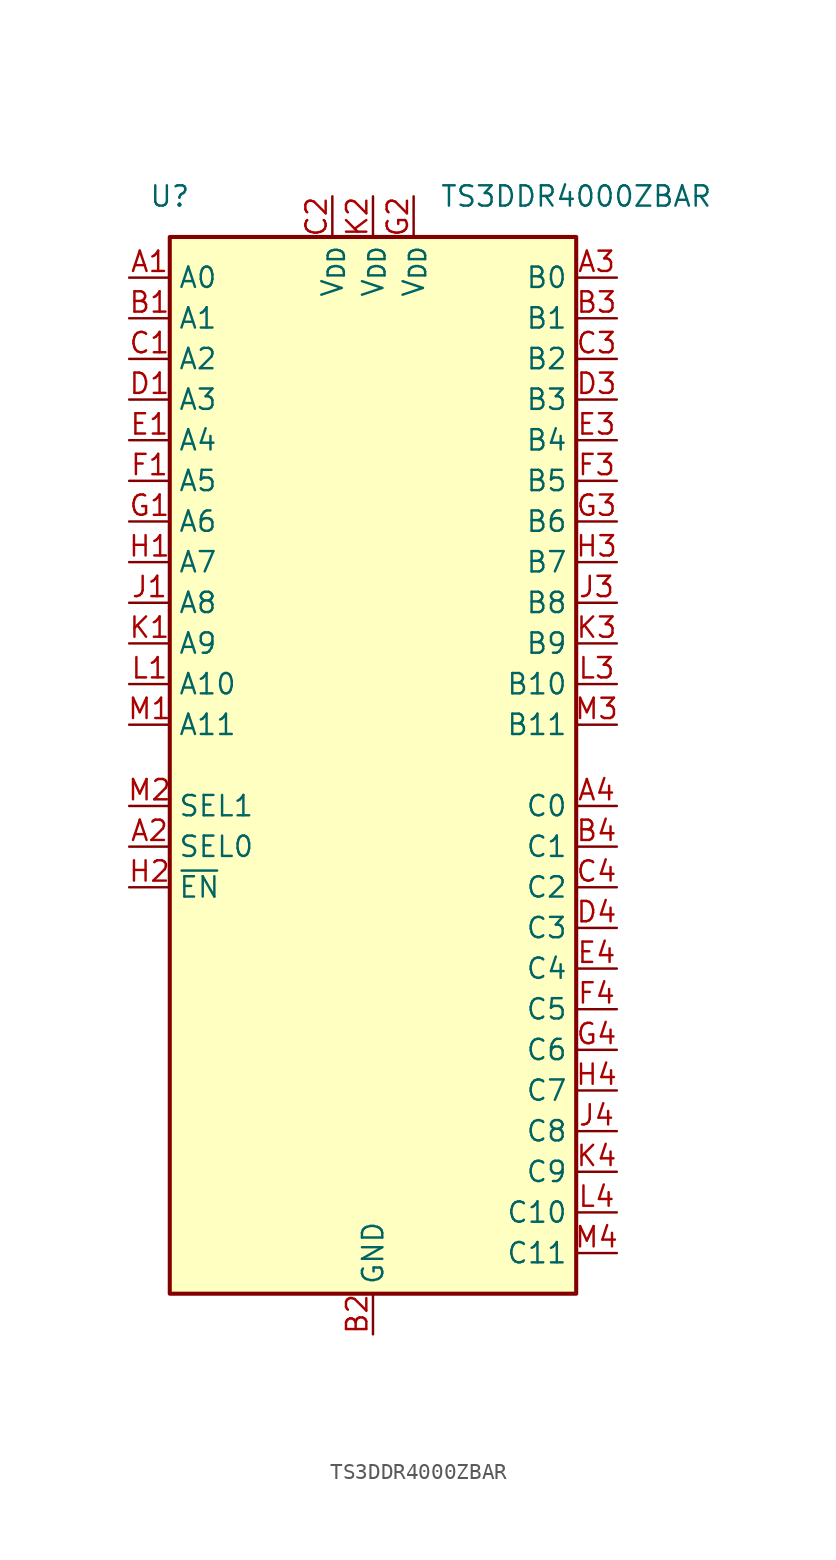
<source format=kicad_sym>
(kicad_symbol_lib
  (version 20220914)
  (generator kicad_symbol_editor)
  (symbol "TS3DDR4000ZBAR"
    (property "Reference" "U"
      (at -12.7 35.56 0)
      (effects (font (size 1.27 1.27))))
    (property "Value" "TS3DDR4000ZBAR"
      (at 12.7 35.56 0)
      (effects (font (size 1.27 1.27))))
    (symbol "TS3DDR4000ZBAR_0_0"
      (pin input line (at -15.24 -5.08 0) (length 2.54) (name "SEL0" (effects (font (size 1.27 1.27)))) (number "A2" (effects (font (size 1.27 1.27)))))
      (pin bidirectional line (at 15.24 30.48 180) (length 2.54) (name "B0" (effects (font (size 1.27 1.27)))) (number "A3" (effects (font (size 1.27 1.27)))))
      (pin bidirectional line (at 15.24 -2.54 180) (length 2.54) (name "C0" (effects (font (size 1.27 1.27)))) (number "A4" (effects (font (size 1.27 1.27)))))
      (pin power_in line (at 0 -35.56 90) (length 2.54) (name "GND" (effects (font (size 1.27 1.27)))) (number "B2" (effects (font (size 1.27 1.27)))))
      (pin bidirectional line (at 15.24 27.94 180) (length 2.54) (name "B1" (effects (font (size 1.27 1.27)))) (number "B3" (effects (font (size 1.27 1.27)))))
      (pin bidirectional line (at 15.24 -5.08 180) (length 2.54) (name "C1" (effects (font (size 1.27 1.27)))) (number "B4" (effects (font (size 1.27 1.27)))))
      (pin power_in line (at -2.54 35.56 270) (length 2.54) (name "V_{DD}" (effects (font (size 1.27 1.27)))) (number "C2" (effects (font (size 1.27 1.27)))))
      (pin bidirectional line (at 15.24 25.4 180) (length 2.54) (name "B2" (effects (font (size 1.27 1.27)))) (number "C3" (effects (font (size 1.27 1.27)))))
      (pin bidirectional line (at 15.24 -7.62 180) (length 2.54) (name "C2" (effects (font (size 1.27 1.27)))) (number "C4" (effects (font (size 1.27 1.27)))))
      (pin passive line (at 0 -35.56 90) (length 2.54) hide (name "GND" (effects (font (size 1.27 1.27)))) (number "D2" (effects (font (size 1.27 1.27)))))
      (pin bidirectional line (at 15.24 22.86 180) (length 2.54) (name "B3" (effects (font (size 1.27 1.27)))) (number "D3" (effects (font (size 1.27 1.27)))))
      (pin bidirectional line (at 15.24 -10.16 180) (length 2.54) (name "C3" (effects (font (size 1.27 1.27)))) (number "D4" (effects (font (size 1.27 1.27)))))
      (pin passive line (at 0 -35.56 90) (length 2.54) hide (name "GND" (effects (font (size 1.27 1.27)))) (number "E2" (effects (font (size 1.27 1.27)))))
      (pin bidirectional line (at 15.24 20.32 180) (length 2.54) (name "B4" (effects (font (size 1.27 1.27)))) (number "E3" (effects (font (size 1.27 1.27)))))
      (pin bidirectional line (at 15.24 -12.7 180) (length 2.54) (name "C4" (effects (font (size 1.27 1.27)))) (number "E4" (effects (font (size 1.27 1.27)))))
      (pin passive line (at 0 -35.56 90) (length 2.54) hide (name "GND" (effects (font (size 1.27 1.27)))) (number "F2" (effects (font (size 1.27 1.27)))))
      (pin bidirectional line (at 15.24 17.78 180) (length 2.54) (name "B5" (effects (font (size 1.27 1.27)))) (number "F3" (effects (font (size 1.27 1.27)))))
      (pin bidirectional line (at 15.24 -15.24 180) (length 2.54) (name "C5" (effects (font (size 1.27 1.27)))) (number "F4" (effects (font (size 1.27 1.27)))))
      (pin power_in line (at 2.54 35.56 270) (length 2.54) (name "V_{DD}" (effects (font (size 1.27 1.27)))) (number "G2" (effects (font (size 1.27 1.27)))))
      (pin bidirectional line (at 15.24 15.24 180) (length 2.54) (name "B6" (effects (font (size 1.27 1.27)))) (number "G3" (effects (font (size 1.27 1.27)))))
      (pin bidirectional line (at 15.24 -17.78 180) (length 2.54) (name "C6" (effects (font (size 1.27 1.27)))) (number "G4" (effects (font (size 1.27 1.27)))))
      (pin input line (at -15.24 -7.62 0) (length 2.54) (name "~{EN}" (effects (font (size 1.27 1.27)))) (number "H2" (effects (font (size 1.27 1.27)))))
      (pin bidirectional line (at 15.24 12.7 180) (length 2.54) (name "B7" (effects (font (size 1.27 1.27)))) (number "H3" (effects (font (size 1.27 1.27)))))
      (pin bidirectional line (at 15.24 -20.32 180) (length 2.54) (name "C7" (effects (font (size 1.27 1.27)))) (number "H4" (effects (font (size 1.27 1.27)))))
      (pin passive line (at 0 -35.56 90) (length 2.54) hide (name "GND" (effects (font (size 1.27 1.27)))) (number "J2" (effects (font (size 1.27 1.27)))))
      (pin bidirectional line (at 15.24 10.16 180) (length 2.54) (name "B8" (effects (font (size 1.27 1.27)))) (number "J3" (effects (font (size 1.27 1.27)))))
      (pin bidirectional line (at 15.24 -22.86 180) (length 2.54) (name "C8" (effects (font (size 1.27 1.27)))) (number "J4" (effects (font (size 1.27 1.27)))))
      (pin power_in line (at 0 35.56 270) (length 2.54) (name "V_{DD}" (effects (font (size 1.27 1.27)))) (number "K2" (effects (font (size 1.27 1.27)))))
      (pin bidirectional line (at 15.24 7.62 180) (length 2.54) (name "B9" (effects (font (size 1.27 1.27)))) (number "K3" (effects (font (size 1.27 1.27)))))
      (pin bidirectional line (at 15.24 -25.4 180) (length 2.54) (name "C9" (effects (font (size 1.27 1.27)))) (number "K4" (effects (font (size 1.27 1.27)))))
      (pin passive line (at 0 -35.56 90) (length 2.54) hide (name "GND" (effects (font (size 1.27 1.27)))) (number "L2" (effects (font (size 1.27 1.27)))))
      (pin bidirectional line (at 15.24 5.08 180) (length 2.54) (name "B10" (effects (font (size 1.27 1.27)))) (number "L3" (effects (font (size 1.27 1.27)))))
      (pin bidirectional line (at 15.24 -27.94 180) (length 2.54) (name "C10" (effects (font (size 1.27 1.27)))) (number "L4" (effects (font (size 1.27 1.27)))))
      (pin input line (at -15.24 -2.54 0) (length 2.54) (name "SEL1" (effects (font (size 1.27 1.27)))) (number "M2" (effects (font (size 1.27 1.27)))))
      (pin bidirectional line (at 15.24 2.54 180) (length 2.54) (name "B11" (effects (font (size 1.27 1.27)))) (number "M3" (effects (font (size 1.27 1.27)))))
      (pin bidirectional line (at 15.24 -30.48 180) (length 2.54) (name "C11" (effects (font (size 1.27 1.27)))) (number "M4" (effects (font (size 1.27 1.27))))))
    (symbol "TS3DDR4000ZBAR_0_1"
      (rectangle (start -12.7 33.02) (end 12.7 -33.02) (stroke (width 0.254) (type default)) (fill (type background))))
    (symbol "TS3DDR4000ZBAR_1_1"
      (pin bidirectional line (at -15.24 30.48 0) (length 2.54) (name "A0" (effects (font (size 1.27 1.27)))) (number "A1" (effects (font (size 1.27 1.27)))))
      (pin bidirectional line (at -15.24 27.94 0) (length 2.54) (name "A1" (effects (font (size 1.27 1.27)))) (number "B1" (effects (font (size 1.27 1.27)))))
      (pin bidirectional line (at -15.24 25.4 0) (length 2.54) (name "A2" (effects (font (size 1.27 1.27)))) (number "C1" (effects (font (size 1.27 1.27)))))
      (pin bidirectional line (at -15.24 22.86 0) (length 2.54) (name "A3" (effects (font (size 1.27 1.27)))) (number "D1" (effects (font (size 1.27 1.27)))))
      (pin bidirectional line (at -15.24 20.32 0) (length 2.54) (name "A4" (effects (font (size 1.27 1.27)))) (number "E1" (effects (font (size 1.27 1.27)))))
      (pin bidirectional line (at -15.24 17.78 0) (length 2.54) (name "A5" (effects (font (size 1.27 1.27)))) (number "F1" (effects (font (size 1.27 1.27)))))
      (pin bidirectional line (at -15.24 15.24 0) (length 2.54) (name "A6" (effects (font (size 1.27 1.27)))) (number "G1" (effects (font (size 1.27 1.27)))))
      (pin bidirectional line (at -15.24 12.7 0) (length 2.54) (name "A7" (effects (font (size 1.27 1.27)))) (number "H1" (effects (font (size 1.27 1.27)))))
      (pin bidirectional line (at -15.24 10.16 0) (length 2.54) (name "A8" (effects (font (size 1.27 1.27)))) (number "J1" (effects (font (size 1.27 1.27)))))
      (pin bidirectional line (at -15.24 7.62 0) (length 2.54) (name "A9" (effects (font (size 1.27 1.27)))) (number "K1" (effects (font (size 1.27 1.27)))))
      (pin bidirectional line (at -15.24 5.08 0) (length 2.54) (name "A10" (effects (font (size 1.27 1.27)))) (number "L1" (effects (font (size 1.27 1.27)))))
      (pin bidirectional line (at -15.24 2.54 0) (length 2.54) (name "A11" (effects (font (size 1.27 1.27)))) (number "M1" (effects (font (size 1.27 1.27))))))))
</source>
